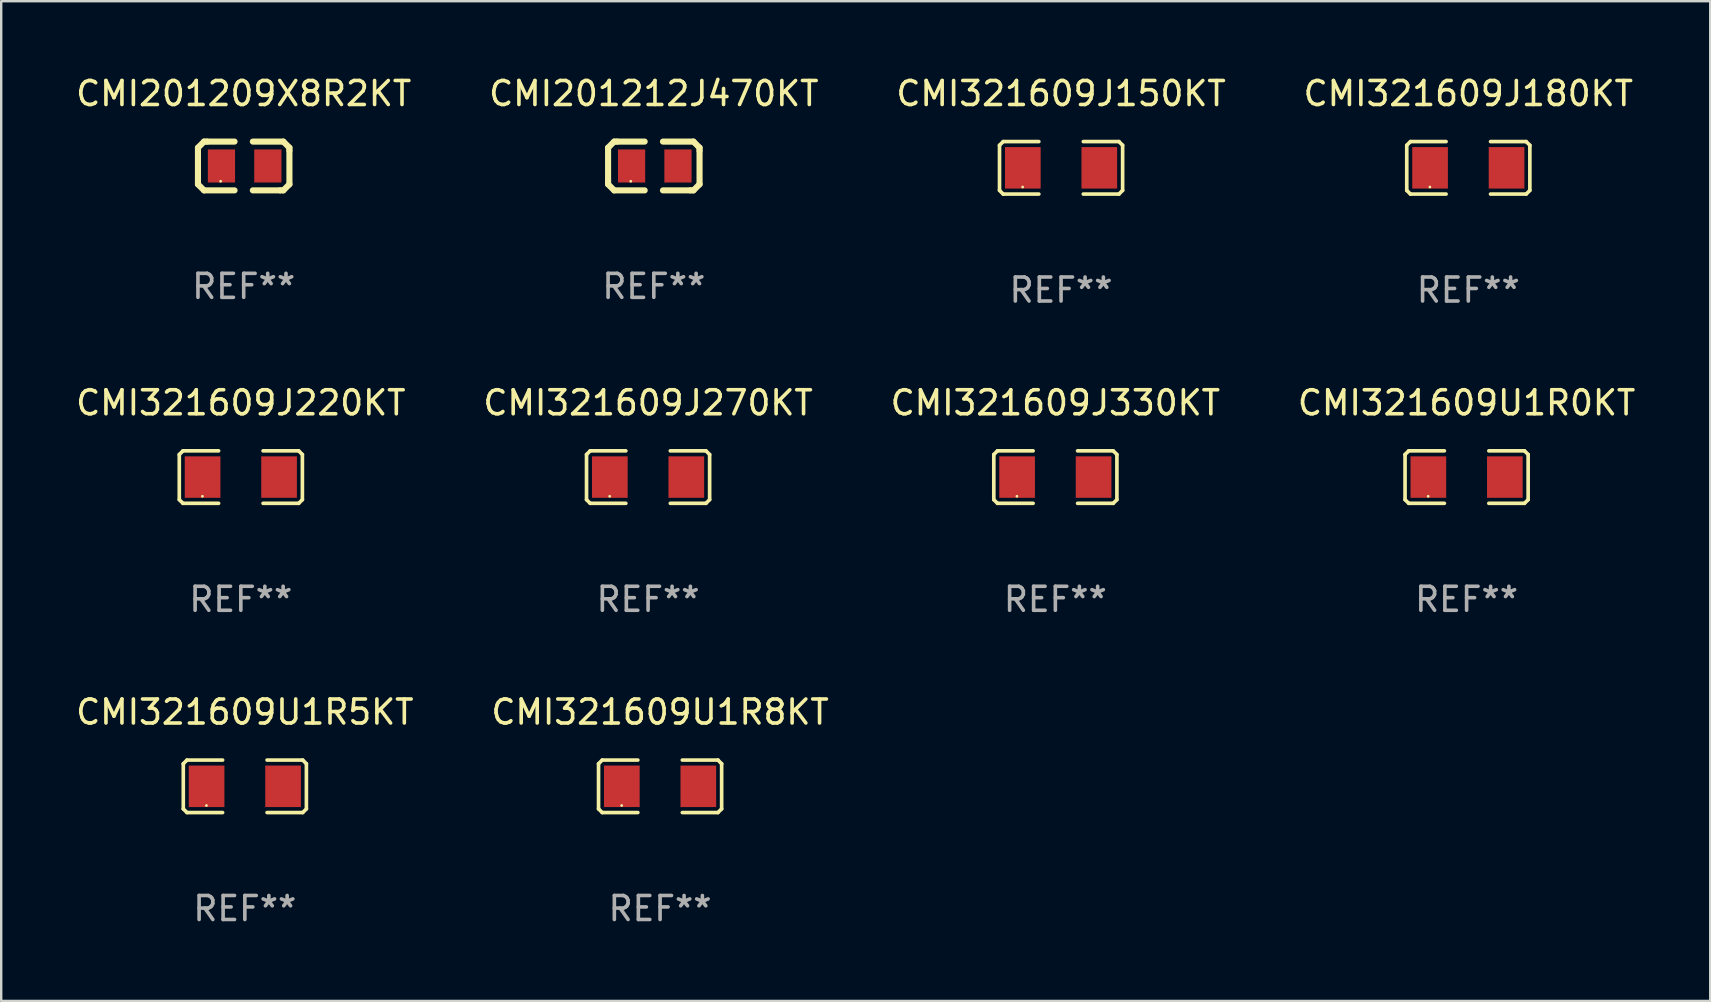
<source format=kicad_pcb>
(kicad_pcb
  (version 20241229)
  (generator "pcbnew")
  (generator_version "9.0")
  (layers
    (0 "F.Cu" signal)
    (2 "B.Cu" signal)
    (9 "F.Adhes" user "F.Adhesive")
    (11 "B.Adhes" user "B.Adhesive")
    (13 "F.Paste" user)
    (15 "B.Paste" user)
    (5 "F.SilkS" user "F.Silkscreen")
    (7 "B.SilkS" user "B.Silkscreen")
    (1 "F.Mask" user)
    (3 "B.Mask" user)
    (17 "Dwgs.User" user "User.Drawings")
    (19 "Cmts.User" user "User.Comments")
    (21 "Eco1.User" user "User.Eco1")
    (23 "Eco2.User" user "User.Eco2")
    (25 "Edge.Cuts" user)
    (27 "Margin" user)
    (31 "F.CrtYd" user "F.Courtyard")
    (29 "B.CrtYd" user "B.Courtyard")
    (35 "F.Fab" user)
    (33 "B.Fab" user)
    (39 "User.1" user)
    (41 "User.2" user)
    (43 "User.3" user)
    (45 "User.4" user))
  (footprint "CMI321609J150KT"
    (layer "F.Cu")
    (at 41.149 3.941)
    (property "Reference" "CMI321609J150KT" (at 0 -3.093 0) (layer "F.SilkS") (effects (font (size 1 1) (thickness 0.15))))
    (attr through_hole)
    (fp_line (start -2.564 -0.94) (end -2.411 -1.093) (stroke (width 0.152) (type solid)) (layer "F.SilkS"))
    (fp_line (start -2.564 0.94) (end -2.564 -0.94) (stroke (width 0.152) (type solid)) (layer "F.SilkS"))
    (fp_line (start -2.411 -1.093) (end -0.926 -1.093) (stroke (width 0.152) (type solid)) (layer "F.SilkS"))
    (fp_line (start -2.411 1.093) (end -2.564 0.94) (stroke (width 0.152) (type solid)) (layer "F.SilkS"))
    (fp_line (start -0.926 1.093) (end -2.411 1.093) (stroke (width 0.152) (type solid)) (layer "F.SilkS"))
    (fp_line (start 0.926 1.093) (end 2.411 1.093) (stroke (width 0.152) (type solid)) (layer "F.SilkS"))
    (fp_line (start 2.411 -1.093) (end 0.926 -1.093) (stroke (width 0.152) (type solid)) (layer "F.SilkS"))
    (fp_line (start 2.411 1.093) (end 2.564 0.94) (stroke (width 0.152) (type solid)) (layer "F.SilkS"))
    (fp_line (start 2.564 -0.94) (end 2.411 -1.093) (stroke (width 0.152) (type solid)) (layer "F.SilkS"))
    (fp_line (start 2.564 0.94) (end 2.564 -0.94) (stroke (width 0.152) (type solid)) (layer "F.SilkS"))
    (fp_circle (center -1.6 0.8) (end -1.57 0.8) (stroke (width 0.06) (type solid)) (fill no) (layer "F.SilkS"))
    (fp_text user "REF**" (at 0 5.093 0) (layer "F.Fab") (effects (font (size 1 1) (thickness 0.15))))
    (pad "1" smd rect (at -1.593 0) (size 1.485 1.728) (layers "F.Cu" "F.Mask" "F.Paste"))
    (pad "2" smd rect (at 1.593 0) (size 1.485 1.728) (layers "F.Cu" "F.Mask" "F.Paste")))
  (footprint "CMI321609U1R0KT"
    (layer "F.Cu")
    (at 58.042 16.823)
    (property "Reference" "CMI321609U1R0KT" (at 0 -3.093 0) (layer "F.SilkS") (effects (font (size 1 1) (thickness 0.15))))
    (attr through_hole)
    (fp_line (start -2.564 -0.94) (end -2.411 -1.093) (stroke (width 0.152) (type solid)) (layer "F.SilkS"))
    (fp_line (start -2.564 0.94) (end -2.564 -0.94) (stroke (width 0.152) (type solid)) (layer "F.SilkS"))
    (fp_line (start -2.411 -1.093) (end -0.926 -1.093) (stroke (width 0.152) (type solid)) (layer "F.SilkS"))
    (fp_line (start -2.411 1.093) (end -2.564 0.94) (stroke (width 0.152) (type solid)) (layer "F.SilkS"))
    (fp_line (start -0.926 1.093) (end -2.411 1.093) (stroke (width 0.152) (type solid)) (layer "F.SilkS"))
    (fp_line (start 0.926 1.093) (end 2.411 1.093) (stroke (width 0.152) (type solid)) (layer "F.SilkS"))
    (fp_line (start 2.411 -1.093) (end 0.926 -1.093) (stroke (width 0.152) (type solid)) (layer "F.SilkS"))
    (fp_line (start 2.411 1.093) (end 2.564 0.94) (stroke (width 0.152) (type solid)) (layer "F.SilkS"))
    (fp_line (start 2.564 -0.94) (end 2.411 -1.093) (stroke (width 0.152) (type solid)) (layer "F.SilkS"))
    (fp_line (start 2.564 0.94) (end 2.564 -0.94) (stroke (width 0.152) (type solid)) (layer "F.SilkS"))
    (fp_circle (center -1.6 0.8) (end -1.57 0.8) (stroke (width 0.06) (type solid)) (fill no) (layer "F.SilkS"))
    (fp_text user "REF**" (at 0 5.093 0) (layer "F.Fab") (effects (font (size 1 1) (thickness 0.15))))
    (pad "1" smd rect (at -1.593 0) (size 1.485 1.728) (layers "F.Cu" "F.Mask" "F.Paste"))
    (pad "2" smd rect (at 1.593 0) (size 1.485 1.728) (layers "F.Cu" "F.Mask" "F.Paste")))
  (footprint "CMI321609J220KT"
    (layer "F.Cu")
    (at 6.982 16.823)
    (property "Reference" "CMI321609J220KT" (at 0 -3.093 0) (layer "F.SilkS") (effects (font (size 1 1) (thickness 0.15))))
    (attr through_hole)
    (fp_line (start -2.564 -0.94) (end -2.411 -1.093) (stroke (width 0.152) (type solid)) (layer "F.SilkS"))
    (fp_line (start -2.564 0.94) (end -2.564 -0.94) (stroke (width 0.152) (type solid)) (layer "F.SilkS"))
    (fp_line (start -2.411 -1.093) (end -0.926 -1.093) (stroke (width 0.152) (type solid)) (layer "F.SilkS"))
    (fp_line (start -2.411 1.093) (end -2.564 0.94) (stroke (width 0.152) (type solid)) (layer "F.SilkS"))
    (fp_line (start -0.926 1.093) (end -2.411 1.093) (stroke (width 0.152) (type solid)) (layer "F.SilkS"))
    (fp_line (start 0.926 1.093) (end 2.411 1.093) (stroke (width 0.152) (type solid)) (layer "F.SilkS"))
    (fp_line (start 2.411 -1.093) (end 0.926 -1.093) (stroke (width 0.152) (type solid)) (layer "F.SilkS"))
    (fp_line (start 2.411 1.093) (end 2.564 0.94) (stroke (width 0.152) (type solid)) (layer "F.SilkS"))
    (fp_line (start 2.564 -0.94) (end 2.411 -1.093) (stroke (width 0.152) (type solid)) (layer "F.SilkS"))
    (fp_line (start 2.564 0.94) (end 2.564 -0.94) (stroke (width 0.152) (type solid)) (layer "F.SilkS"))
    (fp_circle (center -1.6 0.8) (end -1.57 0.8) (stroke (width 0.06) (type solid)) (fill no) (layer "F.SilkS"))
    (fp_text user "REF**" (at 0 5.093 0) (layer "F.Fab") (effects (font (size 1 1) (thickness 0.15))))
    (pad "1" smd rect (at -1.593 0) (size 1.485 1.728) (layers "F.Cu" "F.Mask" "F.Paste"))
    (pad "2" smd rect (at 1.593 0) (size 1.485 1.728) (layers "F.Cu" "F.Mask" "F.Paste")))
  (footprint "CMI201212J470KT"
    (layer "F.Cu")
    (at 24.185 3.864)
    (property "Reference" "CMI201212J470KT" (at 0 -3.016 0) (layer "F.SilkS") (effects (font (size 1 1) (thickness 0.15))))
    (attr through_hole)
    (fp_line (start -1.905 -0.762) (end -1.905 0.635) (stroke (width 0.254) (type solid)) (layer "F.SilkS"))
    (fp_line (start -1.905 0.635) (end -1.905 0.762) (stroke (width 0.254) (type solid)) (layer "F.SilkS"))
    (fp_line (start -1.905 0.762) (end -1.651 1.016) (stroke (width 0.254) (type solid)) (layer "F.SilkS"))
    (fp_line (start -1.651 -1.016) (end -1.905 -0.762) (stroke (width 0.254) (type solid)) (layer "F.SilkS"))
    (fp_line (start -1.651 1.016) (end -0.381 1.016) (stroke (width 0.254) (type solid)) (layer "F.SilkS"))
    (fp_line (start -1.524 -1.016) (end -1.651 -1.016) (stroke (width 0.254) (type solid)) (layer "F.SilkS"))
    (fp_line (start -0.381 -1.016) (end -1.524 -1.016) (stroke (width 0.254) (type solid)) (layer "F.SilkS"))
    (fp_line (start 0.381 1.016) (end 1.524 1.016) (stroke (width 0.254) (type solid)) (layer "F.SilkS"))
    (fp_line (start 1.524 1.016) (end 1.651 1.016) (stroke (width 0.254) (type solid)) (layer "F.SilkS"))
    (fp_line (start 1.651 -1.016) (end 0.381 -1.016) (stroke (width 0.254) (type solid)) (layer "F.SilkS"))
    (fp_line (start 1.651 1.016) (end 1.905 0.762) (stroke (width 0.254) (type solid)) (layer "F.SilkS"))
    (fp_line (start 1.905 -0.762) (end 1.651 -1.016) (stroke (width 0.254) (type solid)) (layer "F.SilkS"))
    (fp_line (start 1.905 -0.635) (end 1.905 -0.762) (stroke (width 0.254) (type solid)) (layer "F.SilkS"))
    (fp_line (start 1.905 0.762) (end 1.905 -0.635) (stroke (width 0.254) (type solid)) (layer "F.SilkS"))
    (fp_circle (center -0.96 0.637) (end -0.93 0.637) (stroke (width 0.06) (type solid)) (fill no) (layer "F.SilkS"))
    (fp_text user "REF**" (at 0 5.016 0) (layer "F.Fab") (effects (font (size 1 1) (thickness 0.15))))
    (pad "1" smd rect (at -0.926 -0.000051) (size 1.133 1.377) (layers "F.Cu" "F.Mask" "F.Paste"))
    (pad "2" smd rect (at 1.006 -0.000051) (size 1.133 1.377) (layers "F.Cu" "F.Mask" "F.Paste")))
  (footprint "CMI321609J330KT"
    (layer "F.Cu")
    (at 40.911 16.823)
    (property "Reference" "CMI321609J330KT" (at 0 -3.093 0) (layer "F.SilkS") (effects (font (size 1 1) (thickness 0.15))))
    (attr through_hole)
    (fp_line (start -2.564 -0.94) (end -2.411 -1.093) (stroke (width 0.152) (type solid)) (layer "F.SilkS"))
    (fp_line (start -2.564 0.94) (end -2.564 -0.94) (stroke (width 0.152) (type solid)) (layer "F.SilkS"))
    (fp_line (start -2.411 -1.093) (end -0.926 -1.093) (stroke (width 0.152) (type solid)) (layer "F.SilkS"))
    (fp_line (start -2.411 1.093) (end -2.564 0.94) (stroke (width 0.152) (type solid)) (layer "F.SilkS"))
    (fp_line (start -0.926 1.093) (end -2.411 1.093) (stroke (width 0.152) (type solid)) (layer "F.SilkS"))
    (fp_line (start 0.926 1.093) (end 2.411 1.093) (stroke (width 0.152) (type solid)) (layer "F.SilkS"))
    (fp_line (start 2.411 -1.093) (end 0.926 -1.093) (stroke (width 0.152) (type solid)) (layer "F.SilkS"))
    (fp_line (start 2.411 1.093) (end 2.564 0.94) (stroke (width 0.152) (type solid)) (layer "F.SilkS"))
    (fp_line (start 2.564 -0.94) (end 2.411 -1.093) (stroke (width 0.152) (type solid)) (layer "F.SilkS"))
    (fp_line (start 2.564 0.94) (end 2.564 -0.94) (stroke (width 0.152) (type solid)) (layer "F.SilkS"))
    (fp_circle (center -1.6 0.8) (end -1.57 0.8) (stroke (width 0.06) (type solid)) (fill no) (layer "F.SilkS"))
    (fp_text user "REF**" (at 0 5.093 0) (layer "F.Fab") (effects (font (size 1 1) (thickness 0.15))))
    (pad "1" smd rect (at -1.593 0) (size 1.485 1.728) (layers "F.Cu" "F.Mask" "F.Paste"))
    (pad "2" smd rect (at 1.593 0) (size 1.485 1.728) (layers "F.Cu" "F.Mask" "F.Paste")))
  (footprint "CMI321609U1R5KT"
    (layer "F.Cu")
    (at 7.149 29.704)
    (property "Reference" "CMI321609U1R5KT" (at 0 -3.093 0) (layer "F.SilkS") (effects (font (size 1 1) (thickness 0.15))))
    (attr through_hole)
    (fp_line (start -2.564 -0.94) (end -2.411 -1.093) (stroke (width 0.152) (type solid)) (layer "F.SilkS"))
    (fp_line (start -2.564 0.94) (end -2.564 -0.94) (stroke (width 0.152) (type solid)) (layer "F.SilkS"))
    (fp_line (start -2.411 -1.093) (end -0.926 -1.093) (stroke (width 0.152) (type solid)) (layer "F.SilkS"))
    (fp_line (start -2.411 1.093) (end -2.564 0.94) (stroke (width 0.152) (type solid)) (layer "F.SilkS"))
    (fp_line (start -0.926 1.093) (end -2.411 1.093) (stroke (width 0.152) (type solid)) (layer "F.SilkS"))
    (fp_line (start 0.926 1.093) (end 2.411 1.093) (stroke (width 0.152) (type solid)) (layer "F.SilkS"))
    (fp_line (start 2.411 -1.093) (end 0.926 -1.093) (stroke (width 0.152) (type solid)) (layer "F.SilkS"))
    (fp_line (start 2.411 1.093) (end 2.564 0.94) (stroke (width 0.152) (type solid)) (layer "F.SilkS"))
    (fp_line (start 2.564 -0.94) (end 2.411 -1.093) (stroke (width 0.152) (type solid)) (layer "F.SilkS"))
    (fp_line (start 2.564 0.94) (end 2.564 -0.94) (stroke (width 0.152) (type solid)) (layer "F.SilkS"))
    (fp_circle (center -1.6 0.8) (end -1.57 0.8) (stroke (width 0.06) (type solid)) (fill no) (layer "F.SilkS"))
    (fp_text user "REF**" (at 0 5.093 0) (layer "F.Fab") (effects (font (size 1 1) (thickness 0.15))))
    (pad "1" smd rect (at -1.593 0) (size 1.485 1.728) (layers "F.Cu" "F.Mask" "F.Paste"))
    (pad "2" smd rect (at 1.593 0) (size 1.485 1.728) (layers "F.Cu" "F.Mask" "F.Paste")))
  (footprint "CMI321609J270KT"
    (layer "F.Cu")
    (at 23.946 16.823)
    (property "Reference" "CMI321609J270KT" (at 0 -3.093 0) (layer "F.SilkS") (effects (font (size 1 1) (thickness 0.15))))
    (attr through_hole)
    (fp_line (start -2.564 -0.94) (end -2.411 -1.093) (stroke (width 0.152) (type solid)) (layer "F.SilkS"))
    (fp_line (start -2.564 0.94) (end -2.564 -0.94) (stroke (width 0.152) (type solid)) (layer "F.SilkS"))
    (fp_line (start -2.411 -1.093) (end -0.926 -1.093) (stroke (width 0.152) (type solid)) (layer "F.SilkS"))
    (fp_line (start -2.411 1.093) (end -2.564 0.94) (stroke (width 0.152) (type solid)) (layer "F.SilkS"))
    (fp_line (start -0.926 1.093) (end -2.411 1.093) (stroke (width 0.152) (type solid)) (layer "F.SilkS"))
    (fp_line (start 0.926 1.093) (end 2.411 1.093) (stroke (width 0.152) (type solid)) (layer "F.SilkS"))
    (fp_line (start 2.411 -1.093) (end 0.926 -1.093) (stroke (width 0.152) (type solid)) (layer "F.SilkS"))
    (fp_line (start 2.411 1.093) (end 2.564 0.94) (stroke (width 0.152) (type solid)) (layer "F.SilkS"))
    (fp_line (start 2.564 -0.94) (end 2.411 -1.093) (stroke (width 0.152) (type solid)) (layer "F.SilkS"))
    (fp_line (start 2.564 0.94) (end 2.564 -0.94) (stroke (width 0.152) (type solid)) (layer "F.SilkS"))
    (fp_circle (center -1.6 0.8) (end -1.57 0.8) (stroke (width 0.06) (type solid)) (fill no) (layer "F.SilkS"))
    (fp_text user "REF**" (at 0 5.093 0) (layer "F.Fab") (effects (font (size 1 1) (thickness 0.15))))
    (pad "1" smd rect (at -1.593 0) (size 1.485 1.728) (layers "F.Cu" "F.Mask" "F.Paste"))
    (pad "2" smd rect (at 1.593 0) (size 1.485 1.728) (layers "F.Cu" "F.Mask" "F.Paste")))
  (footprint "CMI321609U1R8KT"
    (layer "F.Cu")
    (at 24.446 29.704)
    (property "Reference" "CMI321609U1R8KT" (at 0 -3.093 0) (layer "F.SilkS") (effects (font (size 1 1) (thickness 0.15))))
    (attr through_hole)
    (fp_line (start -2.564 -0.94) (end -2.411 -1.093) (stroke (width 0.152) (type solid)) (layer "F.SilkS"))
    (fp_line (start -2.564 0.94) (end -2.564 -0.94) (stroke (width 0.152) (type solid)) (layer "F.SilkS"))
    (fp_line (start -2.411 -1.093) (end -0.926 -1.093) (stroke (width 0.152) (type solid)) (layer "F.SilkS"))
    (fp_line (start -2.411 1.093) (end -2.564 0.94) (stroke (width 0.152) (type solid)) (layer "F.SilkS"))
    (fp_line (start -0.926 1.093) (end -2.411 1.093) (stroke (width 0.152) (type solid)) (layer "F.SilkS"))
    (fp_line (start 0.926 1.093) (end 2.411 1.093) (stroke (width 0.152) (type solid)) (layer "F.SilkS"))
    (fp_line (start 2.411 -1.093) (end 0.926 -1.093) (stroke (width 0.152) (type solid)) (layer "F.SilkS"))
    (fp_line (start 2.411 1.093) (end 2.564 0.94) (stroke (width 0.152) (type solid)) (layer "F.SilkS"))
    (fp_line (start 2.564 -0.94) (end 2.411 -1.093) (stroke (width 0.152) (type solid)) (layer "F.SilkS"))
    (fp_line (start 2.564 0.94) (end 2.564 -0.94) (stroke (width 0.152) (type solid)) (layer "F.SilkS"))
    (fp_circle (center -1.6 0.8) (end -1.57 0.8) (stroke (width 0.06) (type solid)) (fill no) (layer "F.SilkS"))
    (fp_text user "REF**" (at 0 5.093 0) (layer "F.Fab") (effects (font (size 1 1) (thickness 0.15))))
    (pad "1" smd rect (at -1.593 0) (size 1.485 1.728) (layers "F.Cu" "F.Mask" "F.Paste"))
    (pad "2" smd rect (at 1.593 0) (size 1.485 1.728) (layers "F.Cu" "F.Mask" "F.Paste")))
  (footprint "CMI321609J180KT"
    (layer "F.Cu")
    (at 58.113 3.941)
    (property "Reference" "CMI321609J180KT" (at 0 -3.093 0) (layer "F.SilkS") (effects (font (size 1 1) (thickness 0.15))))
    (attr through_hole)
    (fp_line (start -2.564 -0.94) (end -2.411 -1.093) (stroke (width 0.152) (type solid)) (layer "F.SilkS"))
    (fp_line (start -2.564 0.94) (end -2.564 -0.94) (stroke (width 0.152) (type solid)) (layer "F.SilkS"))
    (fp_line (start -2.411 -1.093) (end -0.926 -1.093) (stroke (width 0.152) (type solid)) (layer "F.SilkS"))
    (fp_line (start -2.411 1.093) (end -2.564 0.94) (stroke (width 0.152) (type solid)) (layer "F.SilkS"))
    (fp_line (start -0.926 1.093) (end -2.411 1.093) (stroke (width 0.152) (type solid)) (layer "F.SilkS"))
    (fp_line (start 0.926 1.093) (end 2.411 1.093) (stroke (width 0.152) (type solid)) (layer "F.SilkS"))
    (fp_line (start 2.411 -1.093) (end 0.926 -1.093) (stroke (width 0.152) (type solid)) (layer "F.SilkS"))
    (fp_line (start 2.411 1.093) (end 2.564 0.94) (stroke (width 0.152) (type solid)) (layer "F.SilkS"))
    (fp_line (start 2.564 -0.94) (end 2.411 -1.093) (stroke (width 0.152) (type solid)) (layer "F.SilkS"))
    (fp_line (start 2.564 0.94) (end 2.564 -0.94) (stroke (width 0.152) (type solid)) (layer "F.SilkS"))
    (fp_circle (center -1.6 0.8) (end -1.57 0.8) (stroke (width 0.06) (type solid)) (fill no) (layer "F.SilkS"))
    (fp_text user "REF**" (at 0 5.093 0) (layer "F.Fab") (effects (font (size 1 1) (thickness 0.15))))
    (pad "1" smd rect (at -1.593 0) (size 1.485 1.728) (layers "F.Cu" "F.Mask" "F.Paste"))
    (pad "2" smd rect (at 1.593 0) (size 1.485 1.728) (layers "F.Cu" "F.Mask" "F.Paste")))
  (footprint "CMI201209X8R2KT"
    (layer "F.Cu")
    (at 7.101 3.864)
    (property "Reference" "CMI201209X8R2KT" (at 0 -3.016 0) (layer "F.SilkS") (effects (font (size 1 1) (thickness 0.15))))
    (attr through_hole)
    (fp_line (start -1.905 -0.762) (end -1.905 0.635) (stroke (width 0.254) (type solid)) (layer "F.SilkS"))
    (fp_line (start -1.905 0.635) (end -1.905 0.762) (stroke (width 0.254) (type solid)) (layer "F.SilkS"))
    (fp_line (start -1.905 0.762) (end -1.651 1.016) (stroke (width 0.254) (type solid)) (layer "F.SilkS"))
    (fp_line (start -1.651 -1.016) (end -1.905 -0.762) (stroke (width 0.254) (type solid)) (layer "F.SilkS"))
    (fp_line (start -1.651 1.016) (end -0.381 1.016) (stroke (width 0.254) (type solid)) (layer "F.SilkS"))
    (fp_line (start -1.524 -1.016) (end -1.651 -1.016) (stroke (width 0.254) (type solid)) (layer "F.SilkS"))
    (fp_line (start -0.381 -1.016) (end -1.524 -1.016) (stroke (width 0.254) (type solid)) (layer "F.SilkS"))
    (fp_line (start 0.381 1.016) (end 1.524 1.016) (stroke (width 0.254) (type solid)) (layer "F.SilkS"))
    (fp_line (start 1.524 1.016) (end 1.651 1.016) (stroke (width 0.254) (type solid)) (layer "F.SilkS"))
    (fp_line (start 1.651 -1.016) (end 0.381 -1.016) (stroke (width 0.254) (type solid)) (layer "F.SilkS"))
    (fp_line (start 1.651 1.016) (end 1.905 0.762) (stroke (width 0.254) (type solid)) (layer "F.SilkS"))
    (fp_line (start 1.905 -0.762) (end 1.651 -1.016) (stroke (width 0.254) (type solid)) (layer "F.SilkS"))
    (fp_line (start 1.905 -0.635) (end 1.905 -0.762) (stroke (width 0.254) (type solid)) (layer "F.SilkS"))
    (fp_line (start 1.905 0.762) (end 1.905 -0.635) (stroke (width 0.254) (type solid)) (layer "F.SilkS"))
    (fp_circle (center -0.96 0.637) (end -0.93 0.637) (stroke (width 0.06) (type solid)) (fill no) (layer "F.SilkS"))
    (fp_text user "REF**" (at 0 5.016 0) (layer "F.Fab") (effects (font (size 1 1) (thickness 0.15))))
    (pad "1" smd rect (at -0.926 -0.000051) (size 1.133 1.377) (layers "F.Cu" "F.Mask" "F.Paste"))
    (pad "2" smd rect (at 1.006 -0.000051) (size 1.133 1.377) (layers "F.Cu" "F.Mask" "F.Paste")))
  (gr_rect
    (start -3 -3)
    (end 68.19 38.645)
    (stroke (width 0.1) (type default))
    (fill no)
    (layer "Edge.Cuts")))
</source>
